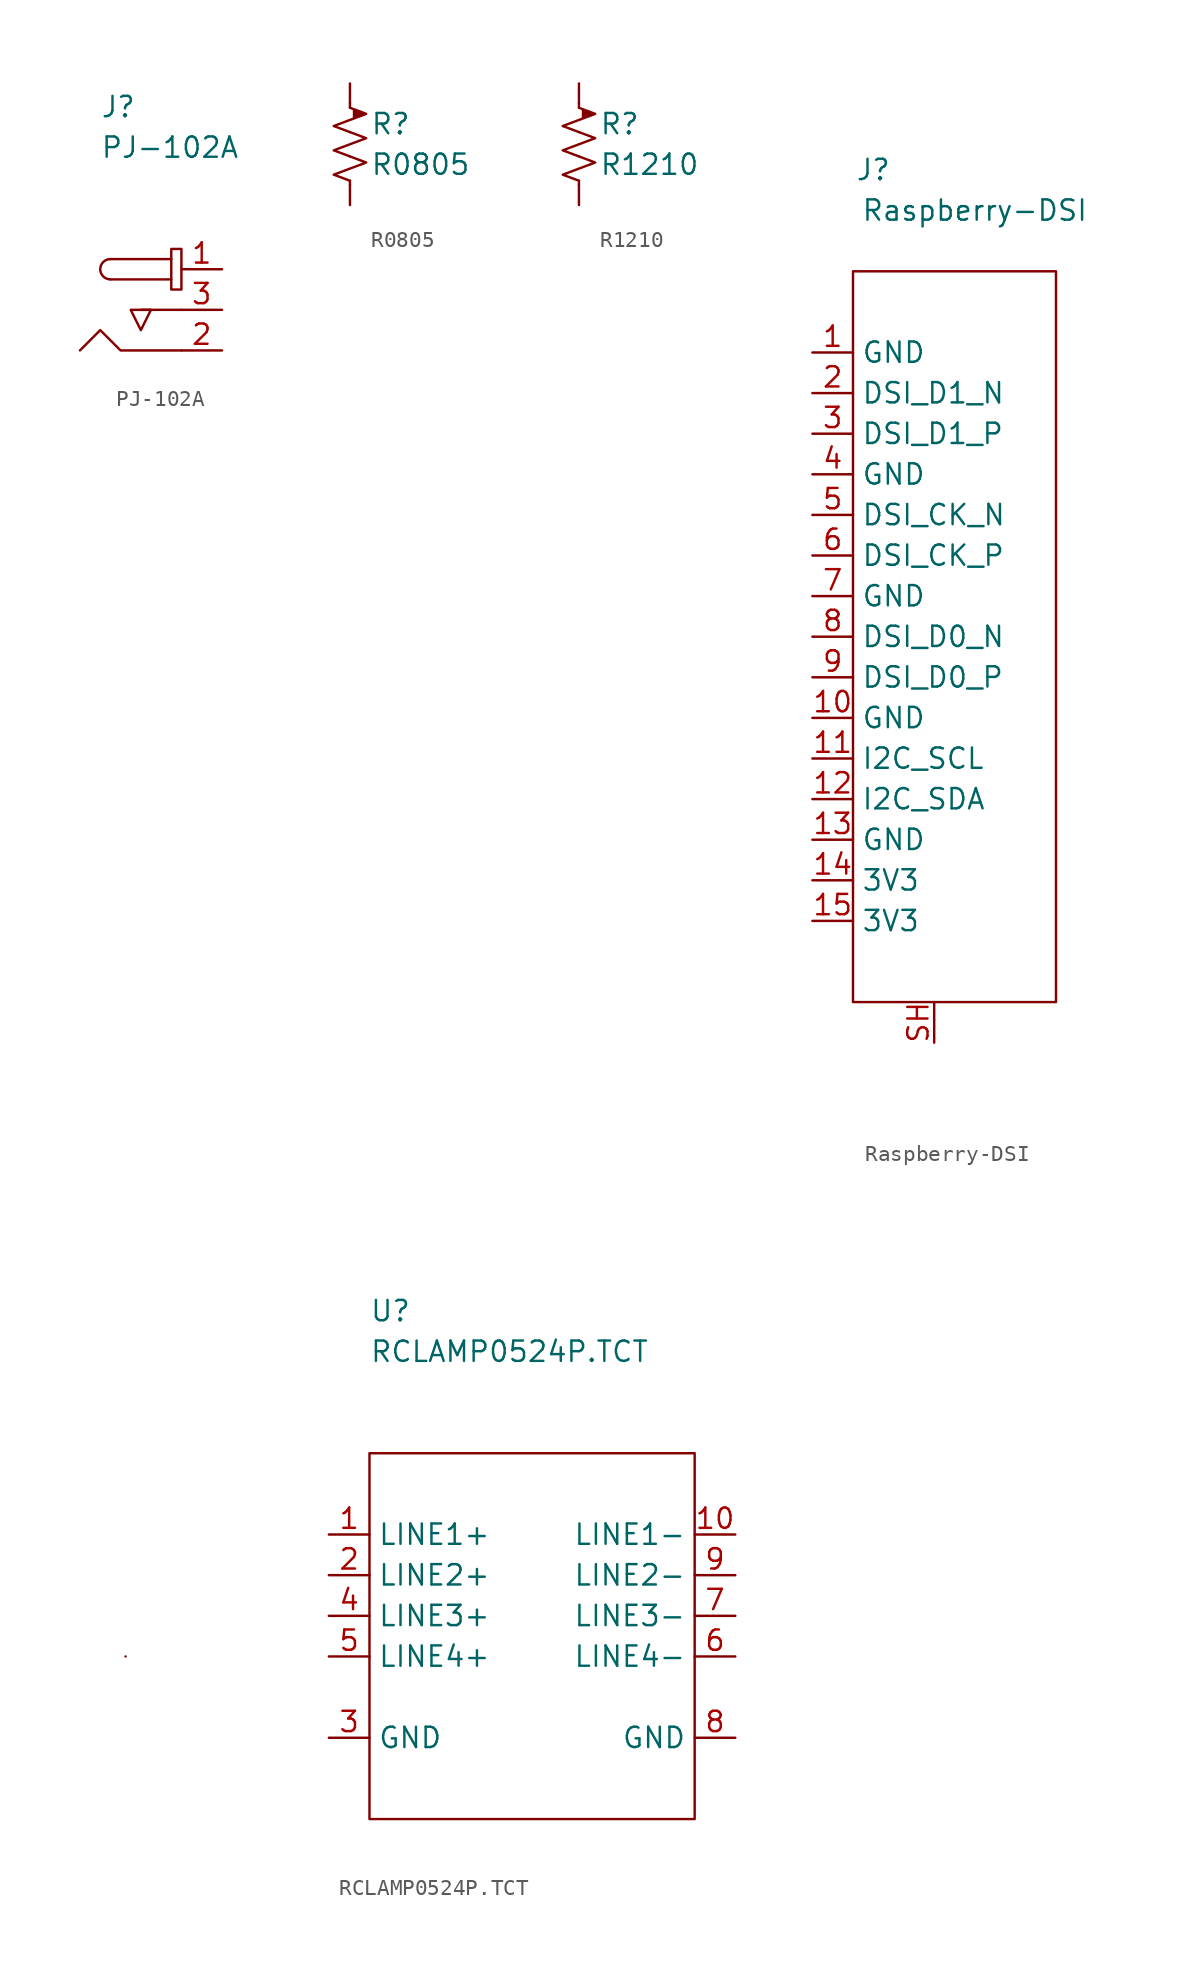
<source format=kicad_sym>
(kicad_symbol_lib
  (version 20211014)
  (generator kicad_symbol_editor)
  (symbol "PJ-102A"
    (pin_names
      (offset 1.016))
    (property "Reference" "J"
      (at -5.08 10.16 0)
      (effects (font (size 1.27 1.27)) (justify left)))
    (property "Value" "PJ-102A"
      (at -5.08 7.62 0)
      (effects (font (size 1.27 1.27)) (justify left)))
    (symbol "PJ-102A_0_1"
      (arc (start -4.445 0.635) (mid -5.08 0) (end -4.445 -0.635) (stroke (width 0) (type default) (color 0 0 0 0)) (fill (type none)))
      (rectangle (start -0.635 1.27) (end 0 -1.27) (stroke (width 0) (type default) (color 0 0 0 0)) (fill (type none)))
      (polyline (pts (xy -0.635 -0.635) (xy -4.445 -0.635)) (stroke (width 0) (type default) (color 0 0 0 0)) (fill (type none)))
      (polyline (pts (xy -0.635 0.635) (xy -4.445 0.635)) (stroke (width 0) (type default) (color 0 0 0 0)) (fill (type none)))
      (polyline (pts (xy 0 -2.54) (xy -1.27 -2.54) (xy -2.54 -2.54)) (stroke (width 0) (type default) (color 0 0 0 0)) (fill (type none)))
      (polyline (pts (xy 0 -5.08) (xy -3.81 -5.08) (xy -5.08 -3.81) (xy -6.35 -5.08)) (stroke (width 0) (type default) (color 0 0 0 0)) (fill (type none)))
      (polyline (pts (xy -2.54 -2.54) (xy -3.175 -2.54) (xy -2.54 -3.81) (xy -1.905 -2.54) (xy -2.54 -2.54)) (stroke (width 0) (type default) (color 0 0 0 0)) (fill (type none))))
    (symbol "PJ-102A_1_1"
      (pin passive line (at 2.54 0 180) (length 2.54) (name "~" (effects (font (size 1.27 1.27)))) (number "1" (effects (font (size 1.27 1.27)))))
      (pin passive line (at 2.54 -5.08 180) (length 2.54) (name "~" (effects (font (size 1.27 1.27)))) (number "2" (effects (font (size 1.27 1.27)))))
      (pin passive line (at 2.54 -2.54 180) (length 2.54) (name "~" (effects (font (size 1.27 1.27)))) (number "3" (effects (font (size 1.27 1.27)))))))
  (symbol "R0805"
    (pin_numbers hide)
    (pin_names
      (offset 0))
    (property "Reference" "R"
      (at 1.27 2.54 0)
      (effects (font (size 1.27 1.27)) (justify left)))
    (property "Value" "R0805"
      (at 1.27 0 0)
      (effects (font (size 1.27 1.27)) (justify left)))
    (symbol "R0805_0_1"
      (polyline (pts (xy 0 -1.016) (xy 0 -1.27)) (stroke (width 0) (type default) (color 0 0 0 0)) (fill (type none)))
      (polyline (pts (xy 0 3.556) (xy 0 3.81)) (stroke (width 0) (type default) (color 0 0 0 0)) (fill (type none)))
      (polyline (pts (xy 0.254 3.429) (xy 0.254 2.921)) (stroke (width 0.152) (type default) (color 0 0 0 0)) (fill (type none)))
      (polyline (pts (xy 0.381 3.302) (xy 0.381 3.048)) (stroke (width 0.152) (type default) (color 0 0 0 0)) (fill (type none)))
      (polyline (pts (xy 0.508 3.302) (xy 0.508 3.048)) (stroke (width 0.152) (type default) (color 0 0 0 0)) (fill (type none)))
      (polyline (pts (xy 0.635 3.302) (xy 0.635 3.048)) (stroke (width 0.152) (type default) (color 0 0 0 0)) (fill (type none)))
      (polyline (pts (xy 0.889 3.175) (xy 0.635 3.175)) (stroke (width 0.152) (type default) (color 0 0 0 0)) (fill (type none)))
      (polyline (pts (xy 0 0.508) (xy 1.016 0.127) (xy 0 -0.254) (xy -1.016 -0.635) (xy 0 -1.016)) (stroke (width 0) (type default) (color 0 0 0 0)) (fill (type none)))
      (polyline (pts (xy 0 2.032) (xy 1.016 1.651) (xy 0 1.27) (xy -1.016 0.889) (xy 0 0.508)) (stroke (width 0) (type default) (color 0 0 0 0)) (fill (type none)))
      (polyline (pts (xy 0 3.556) (xy 1.016 3.175) (xy 0 2.794) (xy -1.016 2.413) (xy 0 2.032)) (stroke (width 0) (type default) (color 0 0 0 0)) (fill (type none))))
    (symbol "R0805_1_1"
      (pin passive line (at 0 5.08 270) (length 1.27) (name "~" (effects (font (size 1.27 1.27)))) (number "1" (effects (font (size 1.27 1.27)))))
      (pin passive line (at 0 -2.54 90) (length 1.27) (name "~" (effects (font (size 1.27 1.27)))) (number "2" (effects (font (size 1.27 1.27)))))))
  (symbol "R1210"
    (pin_numbers hide)
    (pin_names
      (offset 0))
    (property "Reference" "R"
      (at 1.27 2.54 0)
      (effects (font (size 1.27 1.27)) (justify left)))
    (property "Value" "R1210"
      (at 1.27 0 0)
      (effects (font (size 1.27 1.27)) (justify left)))
    (symbol "R1210_0_1"
      (polyline (pts (xy 0 -1.016) (xy 0 -1.27)) (stroke (width 0) (type default) (color 0 0 0 0)) (fill (type none)))
      (polyline (pts (xy 0 3.556) (xy 0 3.81)) (stroke (width 0) (type default) (color 0 0 0 0)) (fill (type none)))
      (polyline (pts (xy 0.254 3.429) (xy 0.254 2.921)) (stroke (width 0.152) (type default) (color 0 0 0 0)) (fill (type none)))
      (polyline (pts (xy 0.381 3.302) (xy 0.381 3.048)) (stroke (width 0.152) (type default) (color 0 0 0 0)) (fill (type none)))
      (polyline (pts (xy 0.508 3.302) (xy 0.508 3.048)) (stroke (width 0.152) (type default) (color 0 0 0 0)) (fill (type none)))
      (polyline (pts (xy 0.635 3.302) (xy 0.635 3.048)) (stroke (width 0.152) (type default) (color 0 0 0 0)) (fill (type none)))
      (polyline (pts (xy 0.889 3.175) (xy 0.635 3.175)) (stroke (width 0.152) (type default) (color 0 0 0 0)) (fill (type none)))
      (polyline (pts (xy 0 0.508) (xy 1.016 0.127) (xy 0 -0.254) (xy -1.016 -0.635) (xy 0 -1.016)) (stroke (width 0) (type default) (color 0 0 0 0)) (fill (type none)))
      (polyline (pts (xy 0 2.032) (xy 1.016 1.651) (xy 0 1.27) (xy -1.016 0.889) (xy 0 0.508)) (stroke (width 0) (type default) (color 0 0 0 0)) (fill (type none)))
      (polyline (pts (xy 0 3.556) (xy 1.016 3.175) (xy 0 2.794) (xy -1.016 2.413) (xy 0 2.032)) (stroke (width 0) (type default) (color 0 0 0 0)) (fill (type none))))
    (symbol "R1210_1_1"
      (pin passive line (at 0 5.08 270) (length 1.27) (name "~" (effects (font (size 1.27 1.27)))) (number "1" (effects (font (size 1.27 1.27)))))
      (pin passive line (at 0 -2.54 90) (length 1.27) (name "~" (effects (font (size 1.27 1.27)))) (number "2" (effects (font (size 1.27 1.27)))))))
  (symbol "Raspberry-DSI"
    (property "Reference" "J"
      (at 1.27 6.35 0)
      (effects (font (size 1.27 1.27))))
    (property "Value" "Raspberry-DSI"
      (at 7.62 3.81 0)
      (effects (font (size 1.27 1.27))))
    (symbol "Raspberry-DSI_0_1"
      (rectangle (start 0 0) (end 12.7 -45.72) (stroke (width 0.152) (type default) (color 0 0 0 0)) (fill (type none))))
    (symbol "Raspberry-DSI_1_1"
      (pin passive line (at -2.54 -5.08 0) (length 2.54) (name "GND" (effects (font (size 1.27 1.27)))) (number "1" (effects (font (size 1.27 1.27)))))
      (pin passive line (at -2.54 -27.94 0) (length 2.54) (name "GND" (effects (font (size 1.27 1.27)))) (number "10" (effects (font (size 1.27 1.27)))))
      (pin passive line (at -2.54 -30.48 0) (length 2.54) (name "I2C_SCL" (effects (font (size 1.27 1.27)))) (number "11" (effects (font (size 1.27 1.27)))))
      (pin passive line (at -2.54 -33.02 0) (length 2.54) (name "I2C_SDA" (effects (font (size 1.27 1.27)))) (number "12" (effects (font (size 1.27 1.27)))))
      (pin passive line (at -2.54 -35.56 0) (length 2.54) (name "GND" (effects (font (size 1.27 1.27)))) (number "13" (effects (font (size 1.27 1.27)))))
      (pin passive line (at -2.54 -38.1 0) (length 2.54) (name "3V3" (effects (font (size 1.27 1.27)))) (number "14" (effects (font (size 1.27 1.27)))))
      (pin passive line (at -2.54 -40.64 0) (length 2.54) (name "3V3" (effects (font (size 1.27 1.27)))) (number "15" (effects (font (size 1.27 1.27)))))
      (pin passive line (at -2.54 -7.62 0) (length 2.54) (name "DSI_D1_N" (effects (font (size 1.27 1.27)))) (number "2" (effects (font (size 1.27 1.27)))))
      (pin passive line (at -2.54 -10.16 0) (length 2.54) (name "DSI_D1_P" (effects (font (size 1.27 1.27)))) (number "3" (effects (font (size 1.27 1.27)))))
      (pin passive line (at -2.54 -12.7 0) (length 2.54) (name "GND" (effects (font (size 1.27 1.27)))) (number "4" (effects (font (size 1.27 1.27)))))
      (pin passive line (at -2.54 -15.24 0) (length 2.54) (name "DSI_CK_N" (effects (font (size 1.27 1.27)))) (number "5" (effects (font (size 1.27 1.27)))))
      (pin passive line (at -2.54 -17.78 0) (length 2.54) (name "DSI_CK_P" (effects (font (size 1.27 1.27)))) (number "6" (effects (font (size 1.27 1.27)))))
      (pin passive line (at -2.54 -20.32 0) (length 2.54) (name "GND" (effects (font (size 1.27 1.27)))) (number "7" (effects (font (size 1.27 1.27)))))
      (pin passive line (at -2.54 -22.86 0) (length 2.54) (name "DSI_D0_N" (effects (font (size 1.27 1.27)))) (number "8" (effects (font (size 1.27 1.27)))))
      (pin passive line (at -2.54 -25.4 0) (length 2.54) (name "DSI_D0_P" (effects (font (size 1.27 1.27)))) (number "9" (effects (font (size 1.27 1.27)))))
      (pin passive line (at 5.08 -48.26 90) (length 2.54) (name "" (effects (font (size 1.27 1.27)))) (number "SH" (effects (font (size 1.27 1.27)))))))
  (symbol "RCLAMP0524P.TCT"
    (property "Reference" "U"
      (at 0 8.89 0)
      (effects (font (size 1.27 1.27)) (justify left)))
    (property "Value" "RCLAMP0524P.TCT"
      (at 0 6.35 0)
      (effects (font (size 1.27 1.27)) (justify left)))
    (symbol "RCLAMP0524P.TCT_0_1"
      (rectangle (start -15.24 -12.7) (end -15.24 -12.7) (stroke (width 0) (type default) (color 0 0 0 0)) (fill (type none)))
      (rectangle (start 0 0) (end 20.32 -22.86) (stroke (width 0.152) (type default) (color 0 0 0 0)) (fill (type none))))
    (symbol "RCLAMP0524P.TCT_1_1"
      (pin passive line (at -2.54 -5.08 0) (length 2.54) (name "LINE1+" (effects (font (size 1.27 1.27)))) (number "1" (effects (font (size 1.27 1.27)))))
      (pin passive line (at 22.86 -5.08 180) (length 2.54) (name "LINE1-" (effects (font (size 1.27 1.27)))) (number "10" (effects (font (size 1.27 1.27)))))
      (pin passive line (at -2.54 -7.62 0) (length 2.54) (name "LINE2+" (effects (font (size 1.27 1.27)))) (number "2" (effects (font (size 1.27 1.27)))))
      (pin passive line (at -2.54 -17.78 0) (length 2.54) (name "GND" (effects (font (size 1.27 1.27)))) (number "3" (effects (font (size 1.27 1.27)))))
      (pin passive line (at -2.54 -10.16 0) (length 2.54) (name "LINE3+" (effects (font (size 1.27 1.27)))) (number "4" (effects (font (size 1.27 1.27)))))
      (pin passive line (at -2.54 -12.7 0) (length 2.54) (name "LINE4+" (effects (font (size 1.27 1.27)))) (number "5" (effects (font (size 1.27 1.27)))))
      (pin passive line (at 22.86 -12.7 180) (length 2.54) (name "LINE4-" (effects (font (size 1.27 1.27)))) (number "6" (effects (font (size 1.27 1.27)))))
      (pin passive line (at 22.86 -10.16 180) (length 2.54) (name "LINE3-" (effects (font (size 1.27 1.27)))) (number "7" (effects (font (size 1.27 1.27)))))
      (pin passive line (at 22.86 -17.78 180) (length 2.54) (name "GND" (effects (font (size 1.27 1.27)))) (number "8" (effects (font (size 1.27 1.27)))))
      (pin passive line (at 22.86 -7.62 180) (length 2.54) (name "LINE2-" (effects (font (size 1.27 1.27)))) (number "9" (effects (font (size 1.27 1.27))))))))
</source>
